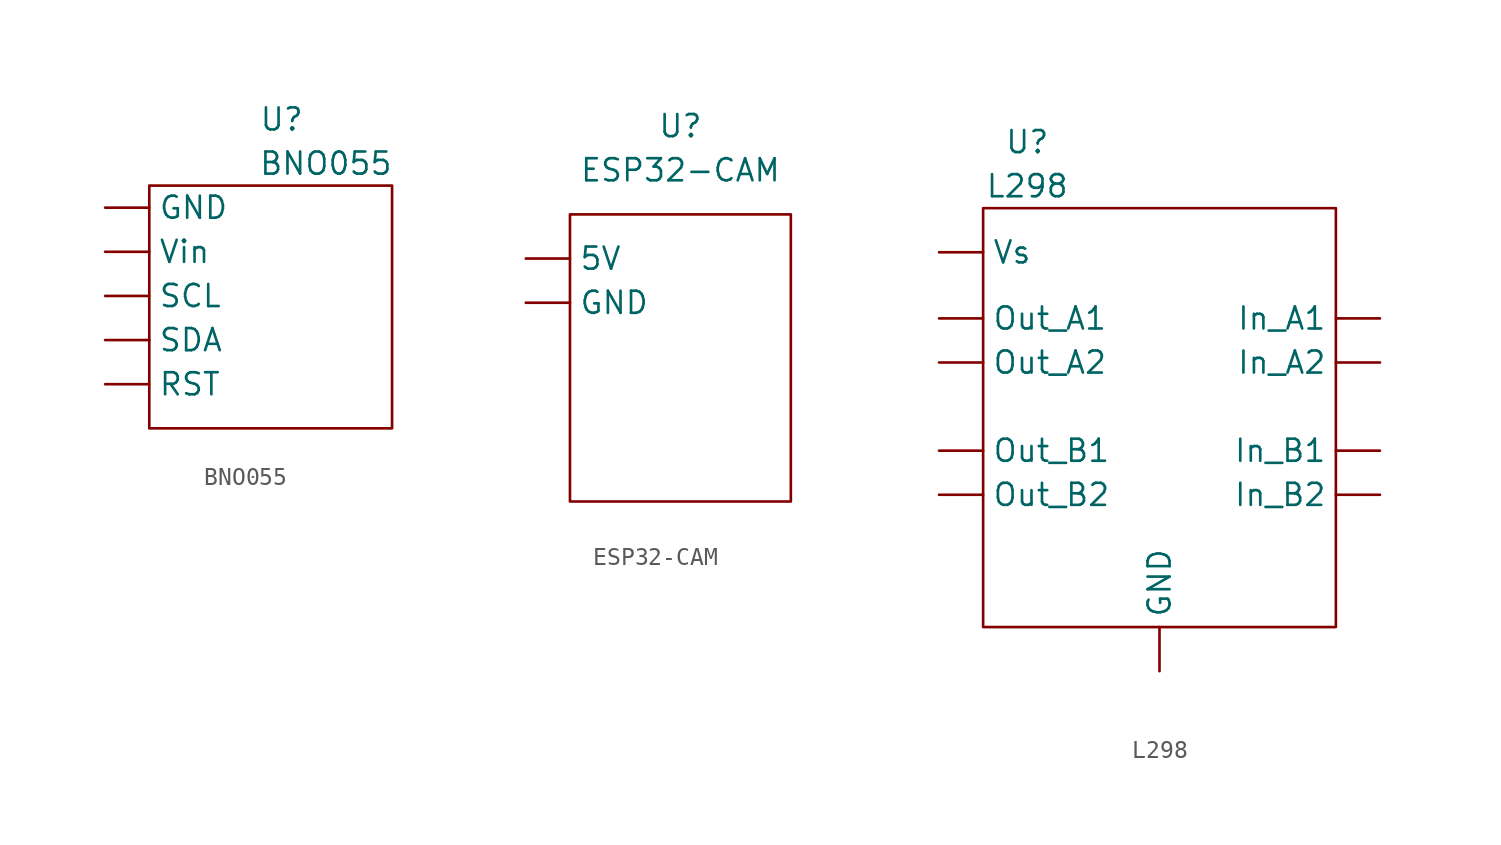
<source format=kicad_sym>
(kicad_symbol_lib
  (version 20211014)
  (generator kicad_symbol_editor)
  (symbol "BNO055"
    (property "Reference" "U"
      (at -6.35 3.81 0)
      (effects (font (size 1.27 1.27))))
    (property "Value" "BNO055"
      (at -3.81 1.27 0)
      (effects (font (size 1.27 1.27))))
    (symbol "BNO055_0_1"
      (rectangle (start -13.97 0) (end 0 -13.97) (stroke (width 0) (type default) (color 0 0 0 0)) (fill (type none))))
    (symbol "BNO055_1_1"
      (pin power_in line (at -16.51 -1.27 0) (length 2.54) (name "GND" (effects (font (size 1.27 1.27)))) (number "" (effects (font (size 1.27 1.27)))))
      (pin input line (at -16.51 -11.43 0) (length 2.54) (name "RST" (effects (font (size 1.27 1.27)))) (number "" (effects (font (size 1.27 1.27)))))
      (pin input line (at -16.51 -6.35 0) (length 2.54) (name "SCL" (effects (font (size 1.27 1.27)))) (number "" (effects (font (size 1.27 1.27)))))
      (pin bidirectional line (at -16.51 -8.89 0) (length 2.54) (name "SDA" (effects (font (size 1.27 1.27)))) (number "" (effects (font (size 1.27 1.27)))))
      (pin power_in line (at -16.51 -3.81 0) (length 2.54) (name "Vin" (effects (font (size 1.27 1.27)))) (number "" (effects (font (size 1.27 1.27)))))))
  (symbol "ESP32-CAM"
    (property "Reference" "U"
      (at 0 2.54 0)
      (effects (font (size 1.27 1.27))))
    (property "Value" "ESP32-CAM"
      (at 0 0 0)
      (effects (font (size 1.27 1.27))))
    (symbol "ESP32-CAM_0_1"
      (rectangle (start -6.35 -2.54) (end 6.35 -19.05) (stroke (width 0) (type default) (color 0 0 0 0)) (fill (type none))))
    (symbol "ESP32-CAM_1_1"
      (pin power_in line (at -8.89 -5.08 0) (length 2.54) (name "5V" (effects (font (size 1.27 1.27)))) (number "" (effects (font (size 1.27 1.27)))))
      (pin power_in line (at -8.89 -7.62 0) (length 2.54) (name "GND" (effects (font (size 1.27 1.27)))) (number "" (effects (font (size 1.27 1.27)))))))
  (symbol "L298"
    (property "Reference" "U"
      (at 2.54 3.81 0)
      (effects (font (size 1.27 1.27))))
    (property "Value" "L298"
      (at 2.54 1.27 0)
      (effects (font (size 1.27 1.27))))
    (symbol "L298_0_0"
      (rectangle (start 0 0) (end 20.32 -24.13) (stroke (width 0) (type default) (color 0 0 0 0)) (fill (type none))))
    (symbol "L298_1_1"
      (pin power_in line (at 10.16 -26.67 90) (length 2.54) (name "GND" (effects (font (size 1.27 1.27)))) (number "" (effects (font (size 1.27 1.27)))))
      (pin input line (at 22.86 -6.35 180) (length 2.54) (name "In_A1" (effects (font (size 1.27 1.27)))) (number "" (effects (font (size 1.27 1.27)))))
      (pin input line (at 22.86 -8.89 180) (length 2.54) (name "In_A2" (effects (font (size 1.27 1.27)))) (number "" (effects (font (size 1.27 1.27)))))
      (pin input line (at 22.86 -13.97 180) (length 2.54) (name "In_B1" (effects (font (size 1.27 1.27)))) (number "" (effects (font (size 1.27 1.27)))))
      (pin input line (at 22.86 -16.51 180) (length 2.54) (name "In_B2" (effects (font (size 1.27 1.27)))) (number "" (effects (font (size 1.27 1.27)))))
      (pin output line (at -2.54 -6.35 0) (length 2.54) (name "Out_A1" (effects (font (size 1.27 1.27)))) (number "" (effects (font (size 1.27 1.27)))))
      (pin output line (at -2.54 -8.89 0) (length 2.54) (name "Out_A2" (effects (font (size 1.27 1.27)))) (number "" (effects (font (size 1.27 1.27)))))
      (pin output line (at -2.54 -13.97 0) (length 2.54) (name "Out_B1" (effects (font (size 1.27 1.27)))) (number "" (effects (font (size 1.27 1.27)))))
      (pin output line (at -2.54 -16.51 0) (length 2.54) (name "Out_B2" (effects (font (size 1.27 1.27)))) (number "" (effects (font (size 1.27 1.27)))))
      (pin power_in line (at -2.54 -2.54 0) (length 2.54) (name "Vs" (effects (font (size 1.27 1.27)))) (number "" (effects (font (size 1.27 1.27))))))))
</source>
